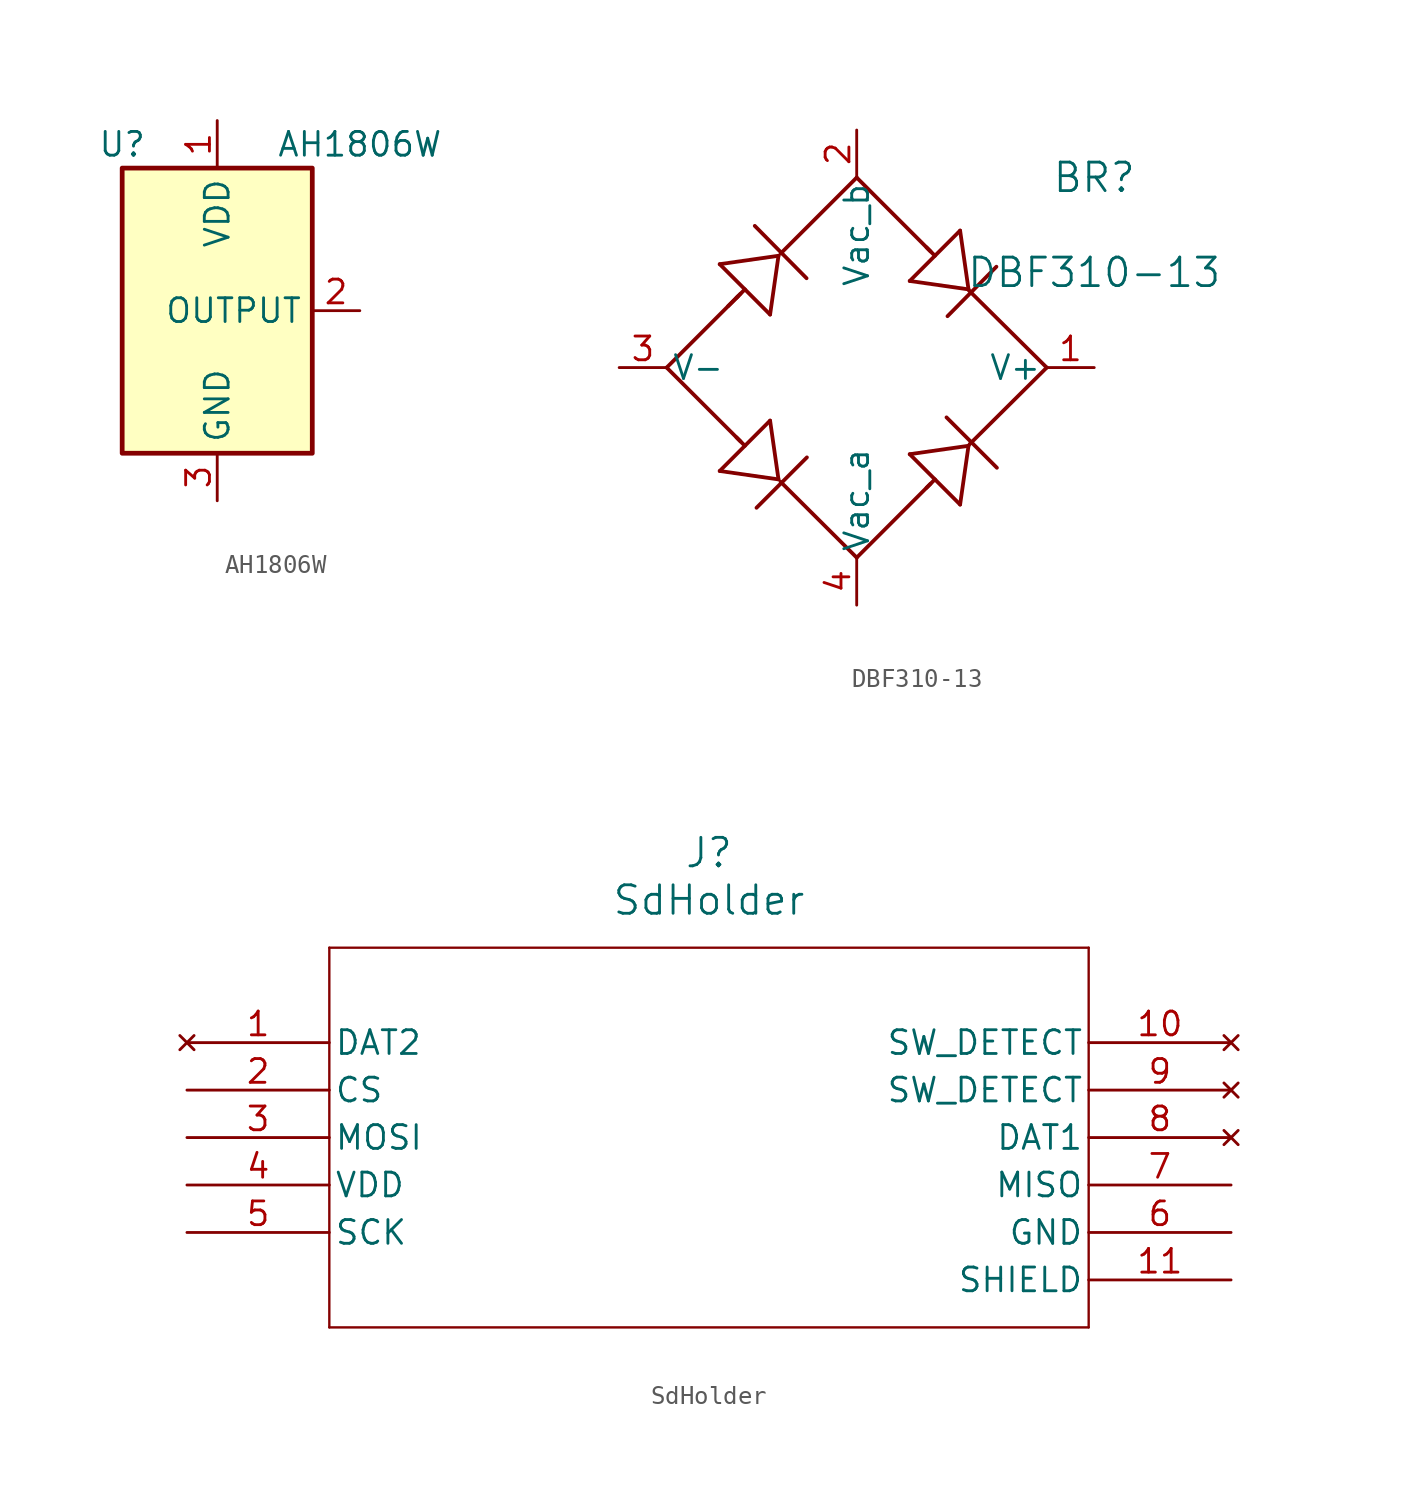
<source format=kicad_sym>
(kicad_symbol_lib
  (version 20220914)
  (generator kicad_symbol_editor)
  (symbol "AH1806W"
    (property "Reference" "U"
      (at -5.08 8.89 0)
      (effects (font (size 1.27 1.27))))
    (property "Value" "AH1806W"
      (at 7.62 8.89 0)
      (effects (font (size 1.27 1.27))))
    (symbol "AH1806W_0_1"
      (rectangle (start 5.08 7.62) (end -5.08 -7.62) (stroke (width 0.254) (type default)) (fill (type background))))
    (symbol "AH1806W_1_1"
      (pin power_in line (at 0 10.16 270) (length 2.54) (name "VDD" (effects (font (size 1.27 1.27)))) (number "1" (effects (font (size 1.27 1.27)))))
      (pin output line (at 7.62 0 180) (length 2.54) (name "OUTPUT" (effects (font (size 1.27 1.27)))) (number "2" (effects (font (size 1.27 1.27)))))
      (pin power_in line (at 0 -10.16 90) (length 2.54) (name "GND" (effects (font (size 1.27 1.27)))) (number "3" (effects (font (size 1.27 1.27)))))))
  (symbol "DBF310-13"
    (pin_names
      (offset 0.254))
    (property "Reference" "BR"
      (at 25.4 10.16 0)
      (effects (font (size 1.524 1.524))))
    (property "Value" "DBF310-13"
      (at 25.4 5.08 0)
      (effects (font (size 1.524 1.524))))
    (property "ki_locked" ""
      (at 0 0 0)
      (effects (font (size 1.27 1.27))))
    (symbol "DBF310-13_0_1"
      (polyline (pts (xy 2.54 0) (xy 6.35 3.81)) (stroke (width 0.203) (type default)) (fill (type none)))
      (polyline (pts (xy 2.54 0) (xy 6.489 -3.949)) (stroke (width 0.203) (type default)) (fill (type none)))
      (polyline (pts (xy 5.375 -5.529) (xy 8.518 -5.978)) (stroke (width 0.203) (type default)) (fill (type none)))
      (polyline (pts (xy 5.375 5.529) (xy 8.069 2.835)) (stroke (width 0.203) (type default)) (fill (type none)))
      (polyline (pts (xy 5.824 3.284) (xy 6.489 3.949)) (stroke (width 0.203) (type default)) (fill (type none)))
      (polyline (pts (xy 6.273 -3.733) (xy 6.722 -4.182)) (stroke (width 0.203) (type default)) (fill (type none)))
      (polyline (pts (xy 6.273 3.733) (xy 6.722 4.182)) (stroke (width 0.203) (type default)) (fill (type none)))
      (polyline (pts (xy 7.343 -7.496) (xy 10.037 -4.802)) (stroke (width 0.203) (type default)) (fill (type none)))
      (polyline (pts (xy 8.069 -2.835) (xy 5.375 -5.529)) (stroke (width 0.203) (type default)) (fill (type none)))
      (polyline (pts (xy 8.069 2.835) (xy 8.518 5.978)) (stroke (width 0.203) (type default)) (fill (type none)))
      (polyline (pts (xy 8.518 -5.978) (xy 8.069 -2.835)) (stroke (width 0.203) (type default)) (fill (type none)))
      (polyline (pts (xy 8.518 5.978) (xy 5.375 5.529)) (stroke (width 0.203) (type default)) (fill (type none)))
      (polyline (pts (xy 8.634 6.1) (xy 12.7 10.16)) (stroke (width 0.203) (type default)) (fill (type none)))
      (polyline (pts (xy 10.019 4.777) (xy 7.25 7.577)) (stroke (width 0.203) (type default)) (fill (type none)))
      (polyline (pts (xy 12.7 -10.16) (xy 8.634 -6.111)) (stroke (width 0.203) (type default)) (fill (type none)))
      (polyline (pts (xy 12.7 -10.16) (xy 16.648 -6.212)) (stroke (width 0.203) (type default)) (fill (type none)))
      (polyline (pts (xy 12.7 10.16) (xy 16.648 6.212)) (stroke (width 0.203) (type default)) (fill (type none)))
      (polyline (pts (xy 15.535 -4.631) (xy 18.229 -7.325)) (stroke (width 0.203) (type default)) (fill (type none)))
      (polyline (pts (xy 15.535 4.631) (xy 18.678 4.182)) (stroke (width 0.203) (type default)) (fill (type none)))
      (polyline (pts (xy 16.433 -6.427) (xy 16.882 -5.978)) (stroke (width 0.203) (type default)) (fill (type none)))
      (polyline (pts (xy 16.433 6.427) (xy 16.882 5.978)) (stroke (width 0.203) (type default)) (fill (type none)))
      (polyline (pts (xy 17.555 2.747) (xy 20.169 5.393)) (stroke (width 0.203) (type default)) (fill (type none)))
      (polyline (pts (xy 18.229 -7.325) (xy 18.678 -4.182)) (stroke (width 0.203) (type default)) (fill (type none)))
      (polyline (pts (xy 18.229 7.325) (xy 15.535 4.631)) (stroke (width 0.203) (type default)) (fill (type none)))
      (polyline (pts (xy 18.678 -4.182) (xy 15.535 -4.631)) (stroke (width 0.203) (type default)) (fill (type none)))
      (polyline (pts (xy 18.678 4.182) (xy 18.229 7.325)) (stroke (width 0.203) (type default)) (fill (type none)))
      (polyline (pts (xy 20.196 -5.357) (xy 17.502 -2.663)) (stroke (width 0.203) (type default)) (fill (type none)))
      (polyline (pts (xy 22.86 0) (xy 18.693 4.131)) (stroke (width 0.203) (type default)) (fill (type none)))
      (polyline (pts (xy 22.86 0) (xy 18.736 -4.096)) (stroke (width 0.203) (type default)) (fill (type none))))
    (symbol "DBF310-13_1_1"
      (pin power_out line (at 25.4 0 180) (length 2.54) (name "V+" (effects (font (size 1.27 1.27)))) (number "1" (effects (font (size 1.27 1.27)))))
      (pin power_in line (at 12.7 12.7 270) (length 2.54) (name "Vac_b" (effects (font (size 1.27 1.27)))) (number "2" (effects (font (size 1.27 1.27)))))
      (pin power_out line (at 0 0 0) (length 2.54) (name "V-" (effects (font (size 1.27 1.27)))) (number "3" (effects (font (size 1.27 1.27)))))
      (pin power_in line (at 12.7 -12.7 90) (length 2.54) (name "Vac_a" (effects (font (size 1.27 1.27)))) (number "4" (effects (font (size 1.27 1.27)))))))
  (symbol "SdHolder"
    (pin_names
      (offset 0.254))
    (property "Reference" "J"
      (at 27.94 10.16 0)
      (effects (font (size 1.524 1.524))))
    (property "Value" "SdHolder"
      (at 27.94 7.62 0)
      (effects (font (size 1.524 1.524))))
    (property "ki_locked" ""
      (at 0 0 0)
      (effects (font (size 1.27 1.27))))
    (symbol "SdHolder_0_1"
      (polyline (pts (xy 7.62 -15.24) (xy 48.26 -15.24)) (stroke (width 0.127) (type default)) (fill (type none)))
      (polyline (pts (xy 7.62 5.08) (xy 7.62 -15.24)) (stroke (width 0.127) (type default)) (fill (type none)))
      (polyline (pts (xy 48.26 -15.24) (xy 48.26 5.08)) (stroke (width 0.127) (type default)) (fill (type none)))
      (polyline (pts (xy 48.26 5.08) (xy 7.62 5.08)) (stroke (width 0.127) (type default)) (fill (type none)))
      (pin power_in line (at 0 -7.62 0) (length 7.62) (name "VDD" (effects (font (size 1.27 1.27)))) (number "4" (effects (font (size 1.27 1.27))))))
    (symbol "SdHolder_1_1"
      (pin no_connect line (at 0 0 0) (length 7.62) (name "DAT2" (effects (font (size 1.27 1.27)))) (number "1" (effects (font (size 1.27 1.27)))))
      (pin no_connect line (at 55.88 0 180) (length 7.62) (name "SW_DETECT" (effects (font (size 1.27 1.27)))) (number "10" (effects (font (size 1.27 1.27)))))
      (pin power_in line (at 55.88 -12.7 180) (length 7.62) (name "SHIELD" (effects (font (size 1.27 1.27)))) (number "11" (effects (font (size 1.27 1.27)))))
      (pin input line (at 0 -2.54 0) (length 7.62) (name "CS" (effects (font (size 1.27 1.27)))) (number "2" (effects (font (size 1.27 1.27)))))
      (pin input line (at 0 -5.08 0) (length 7.62) (name "MOSI" (effects (font (size 1.27 1.27)))) (number "3" (effects (font (size 1.27 1.27)))))
      (pin input line (at 0 -10.16 0) (length 7.62) (name "SCK" (effects (font (size 1.27 1.27)))) (number "5" (effects (font (size 1.27 1.27)))))
      (pin power_in line (at 55.88 -10.16 180) (length 7.62) (name "GND" (effects (font (size 1.27 1.27)))) (number "6" (effects (font (size 1.27 1.27)))))
      (pin output line (at 55.88 -7.62 180) (length 7.62) (name "MISO" (effects (font (size 1.27 1.27)))) (number "7" (effects (font (size 1.27 1.27)))))
      (pin no_connect line (at 55.88 -5.08 180) (length 7.62) (name "DAT1" (effects (font (size 1.27 1.27)))) (number "8" (effects (font (size 1.27 1.27)))))
      (pin no_connect line (at 55.88 -2.54 180) (length 7.62) (name "SW_DETECT" (effects (font (size 1.27 1.27)))) (number "9" (effects (font (size 1.27 1.27))))))))
</source>
